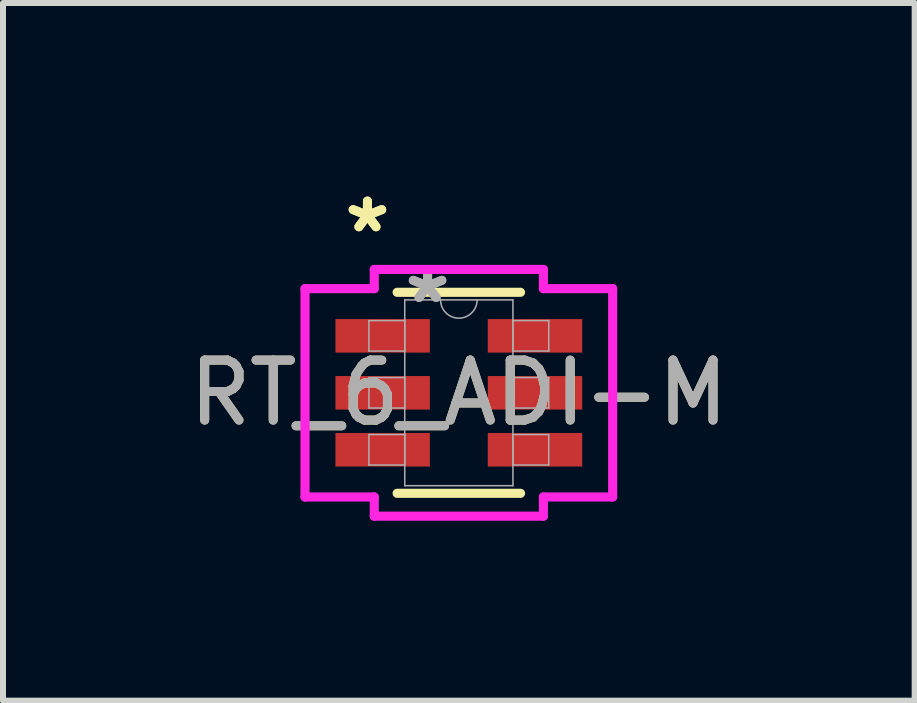
<source format=kicad_pcb>
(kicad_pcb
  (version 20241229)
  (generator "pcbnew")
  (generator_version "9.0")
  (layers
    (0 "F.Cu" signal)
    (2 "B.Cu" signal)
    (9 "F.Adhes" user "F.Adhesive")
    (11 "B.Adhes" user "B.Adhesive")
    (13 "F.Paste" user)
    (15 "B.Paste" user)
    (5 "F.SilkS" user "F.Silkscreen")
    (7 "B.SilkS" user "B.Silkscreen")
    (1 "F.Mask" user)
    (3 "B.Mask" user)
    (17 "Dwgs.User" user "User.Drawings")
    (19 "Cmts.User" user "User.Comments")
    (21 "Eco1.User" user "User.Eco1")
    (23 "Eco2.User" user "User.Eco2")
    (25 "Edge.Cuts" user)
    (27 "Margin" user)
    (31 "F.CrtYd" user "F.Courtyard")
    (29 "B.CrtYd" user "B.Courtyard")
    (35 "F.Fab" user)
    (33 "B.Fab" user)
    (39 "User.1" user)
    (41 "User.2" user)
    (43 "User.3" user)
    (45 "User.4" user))
  (footprint "RT_6_ADI-M"
    (layer "F.Cu")
    (at 4.601 3.5)
    (property "Reference" "RT_6_ADI-M" (at 0 0 0) (unlocked yes) (layer "F.SilkS") (effects (font (size 1 1) (thickness 0.15))))
    (attr smd)
    (fp_line (start -1.029 1.676) (end 1.029 1.676) (stroke (width 0.152) (type solid)) (layer "F.SilkS"))
    (fp_line (start 1.029 -1.676) (end -1.029 -1.676) (stroke (width 0.152) (type solid)) (layer "F.SilkS"))
    (fp_line (start -2.565 -1.737) (end -1.41 -1.737) (stroke (width 0.152) (type solid)) (layer "F.CrtYd"))
    (fp_line (start -2.565 1.737) (end -2.565 -1.737) (stroke (width 0.152) (type solid)) (layer "F.CrtYd"))
    (fp_line (start -2.565 1.737) (end -1.41 1.737) (stroke (width 0.152) (type solid)) (layer "F.CrtYd"))
    (fp_line (start -1.41 -2.057) (end 1.41 -2.057) (stroke (width 0.152) (type solid)) (layer "F.CrtYd"))
    (fp_line (start -1.41 -1.737) (end -1.41 -2.057) (stroke (width 0.152) (type solid)) (layer "F.CrtYd"))
    (fp_line (start -1.41 2.057) (end -1.41 1.737) (stroke (width 0.152) (type solid)) (layer "F.CrtYd"))
    (fp_line (start 1.41 -2.057) (end 1.41 -1.737) (stroke (width 0.152) (type solid)) (layer "F.CrtYd"))
    (fp_line (start 1.41 1.737) (end 1.41 2.057) (stroke (width 0.152) (type solid)) (layer "F.CrtYd"))
    (fp_line (start 1.41 2.057) (end -1.41 2.057) (stroke (width 0.152) (type solid)) (layer "F.CrtYd"))
    (fp_line (start 2.565 -1.737) (end 1.41 -1.737) (stroke (width 0.152) (type solid)) (layer "F.CrtYd"))
    (fp_line (start 2.565 -1.737) (end 2.565 1.737) (stroke (width 0.152) (type solid)) (layer "F.CrtYd"))
    (fp_line (start 2.565 1.737) (end 1.41 1.737) (stroke (width 0.152) (type solid)) (layer "F.CrtYd"))
    (fp_line (start -1.499 -1.204) (end -1.499 -0.696) (stroke (width 0.025) (type solid)) (layer "F.Fab"))
    (fp_line (start -1.499 -0.696) (end -0.902 -0.696) (stroke (width 0.025) (type solid)) (layer "F.Fab"))
    (fp_line (start -1.499 -0.254) (end -1.499 0.254) (stroke (width 0.025) (type solid)) (layer "F.Fab"))
    (fp_line (start -1.499 0.254) (end -0.902 0.254) (stroke (width 0.025) (type solid)) (layer "F.Fab"))
    (fp_line (start -1.499 0.696) (end -1.499 1.204) (stroke (width 0.025) (type solid)) (layer "F.Fab"))
    (fp_line (start -1.499 1.204) (end -0.902 1.204) (stroke (width 0.025) (type solid)) (layer "F.Fab"))
    (fp_line (start -0.902 -1.549) (end -0.902 1.549) (stroke (width 0.025) (type solid)) (layer "F.Fab"))
    (fp_line (start -0.902 -1.204) (end -1.499 -1.204) (stroke (width 0.025) (type solid)) (layer "F.Fab"))
    (fp_line (start -0.902 -0.696) (end -0.902 -1.204) (stroke (width 0.025) (type solid)) (layer "F.Fab"))
    (fp_line (start -0.902 -0.254) (end -1.499 -0.254) (stroke (width 0.025) (type solid)) (layer "F.Fab"))
    (fp_line (start -0.902 0.254) (end -0.902 -0.254) (stroke (width 0.025) (type solid)) (layer "F.Fab"))
    (fp_line (start -0.902 0.696) (end -1.499 0.696) (stroke (width 0.025) (type solid)) (layer "F.Fab"))
    (fp_line (start -0.902 1.204) (end -0.902 0.696) (stroke (width 0.025) (type solid)) (layer "F.Fab"))
    (fp_line (start -0.902 1.549) (end 0.902 1.549) (stroke (width 0.025) (type solid)) (layer "F.Fab"))
    (fp_line (start 0.902 -1.549) (end -0.902 -1.549) (stroke (width 0.025) (type solid)) (layer "F.Fab"))
    (fp_line (start 0.902 -1.204) (end 0.902 -0.696) (stroke (width 0.025) (type solid)) (layer "F.Fab"))
    (fp_line (start 0.902 -0.696) (end 1.499 -0.696) (stroke (width 0.025) (type solid)) (layer "F.Fab"))
    (fp_line (start 0.902 -0.254) (end 0.902 0.254) (stroke (width 0.025) (type solid)) (layer "F.Fab"))
    (fp_line (start 0.902 0.254) (end 1.499 0.254) (stroke (width 0.025) (type solid)) (layer "F.Fab"))
    (fp_line (start 0.902 0.696) (end 0.902 1.204) (stroke (width 0.025) (type solid)) (layer "F.Fab"))
    (fp_line (start 0.902 1.204) (end 1.499 1.204) (stroke (width 0.025) (type solid)) (layer "F.Fab"))
    (fp_line (start 0.902 1.549) (end 0.902 -1.549) (stroke (width 0.025) (type solid)) (layer "F.Fab"))
    (fp_line (start 1.499 -1.204) (end 0.902 -1.204) (stroke (width 0.025) (type solid)) (layer "F.Fab"))
    (fp_line (start 1.499 -0.696) (end 1.499 -1.204) (stroke (width 0.025) (type solid)) (layer "F.Fab"))
    (fp_line (start 1.499 -0.254) (end 0.902 -0.254) (stroke (width 0.025) (type solid)) (layer "F.Fab"))
    (fp_line (start 1.499 0.254) (end 1.499 -0.254) (stroke (width 0.025) (type solid)) (layer "F.Fab"))
    (fp_line (start 1.499 0.696) (end 0.902 0.696) (stroke (width 0.025) (type solid)) (layer "F.Fab"))
    (fp_line (start 1.499 1.204) (end 1.499 0.696) (stroke (width 0.025) (type solid)) (layer "F.Fab"))
    (fp_arc (start 0.3048 -1.5494) (mid 0 -1.2446) (end -0.3048 -1.5494) (stroke (width 0.0254) (type solid)) (layer "F.Fab"))
    (fp_text user "*" (at -1.524 -2.652 0) (layer "F.SilkS") (effects (font (size 1 1) (thickness 0.15))))
    (fp_text user "*" (at -1.524 -2.652 0) (unlocked yes) (layer "F.SilkS") (effects (font (size 1 1) (thickness 0.15))))
    (fp_text user "*" (at -0.521 -1.473 0) (unlocked yes) (layer "F.Fab") (effects (font (size 1 1) (thickness 0.15))))
    (fp_text user "*" (at -0.521 -1.473 0) (layer "F.Fab") (effects (font (size 1 1) (thickness 0.15))))
    (fp_text user "${REFERENCE}" (at 0 0 0) (unlocked yes) (layer "F.Fab") (effects (font (size 1 1) (thickness 0.15))))
    (pad "1" smd rect (at -1.27 -0.95) (size 1.575 0.559) (layers "F.Cu" "F.Mask" "F.Paste"))
    (pad "2" smd rect (at -1.27 0) (size 1.575 0.559) (layers "F.Cu" "F.Mask" "F.Paste"))
    (pad "3" smd rect (at -1.27 0.95) (size 1.575 0.559) (layers "F.Cu" "F.Mask" "F.Paste"))
    (pad "4" smd rect (at 1.27 0.95) (size 1.575 0.559) (layers "F.Cu" "F.Mask" "F.Paste"))
    (pad "5" smd rect (at 1.27 0) (size 1.575 0.559) (layers "F.Cu" "F.Mask" "F.Paste"))
    (pad "6" smd rect (at 1.27 -0.95) (size 1.575 0.559) (layers "F.Cu" "F.Mask" "F.Paste")))
  (gr_rect
    (start -3 -3)
    (end 12.202 8.634)
    (stroke (width 0.1) (type default))
    (fill no)
    (layer "Edge.Cuts")))
</source>
